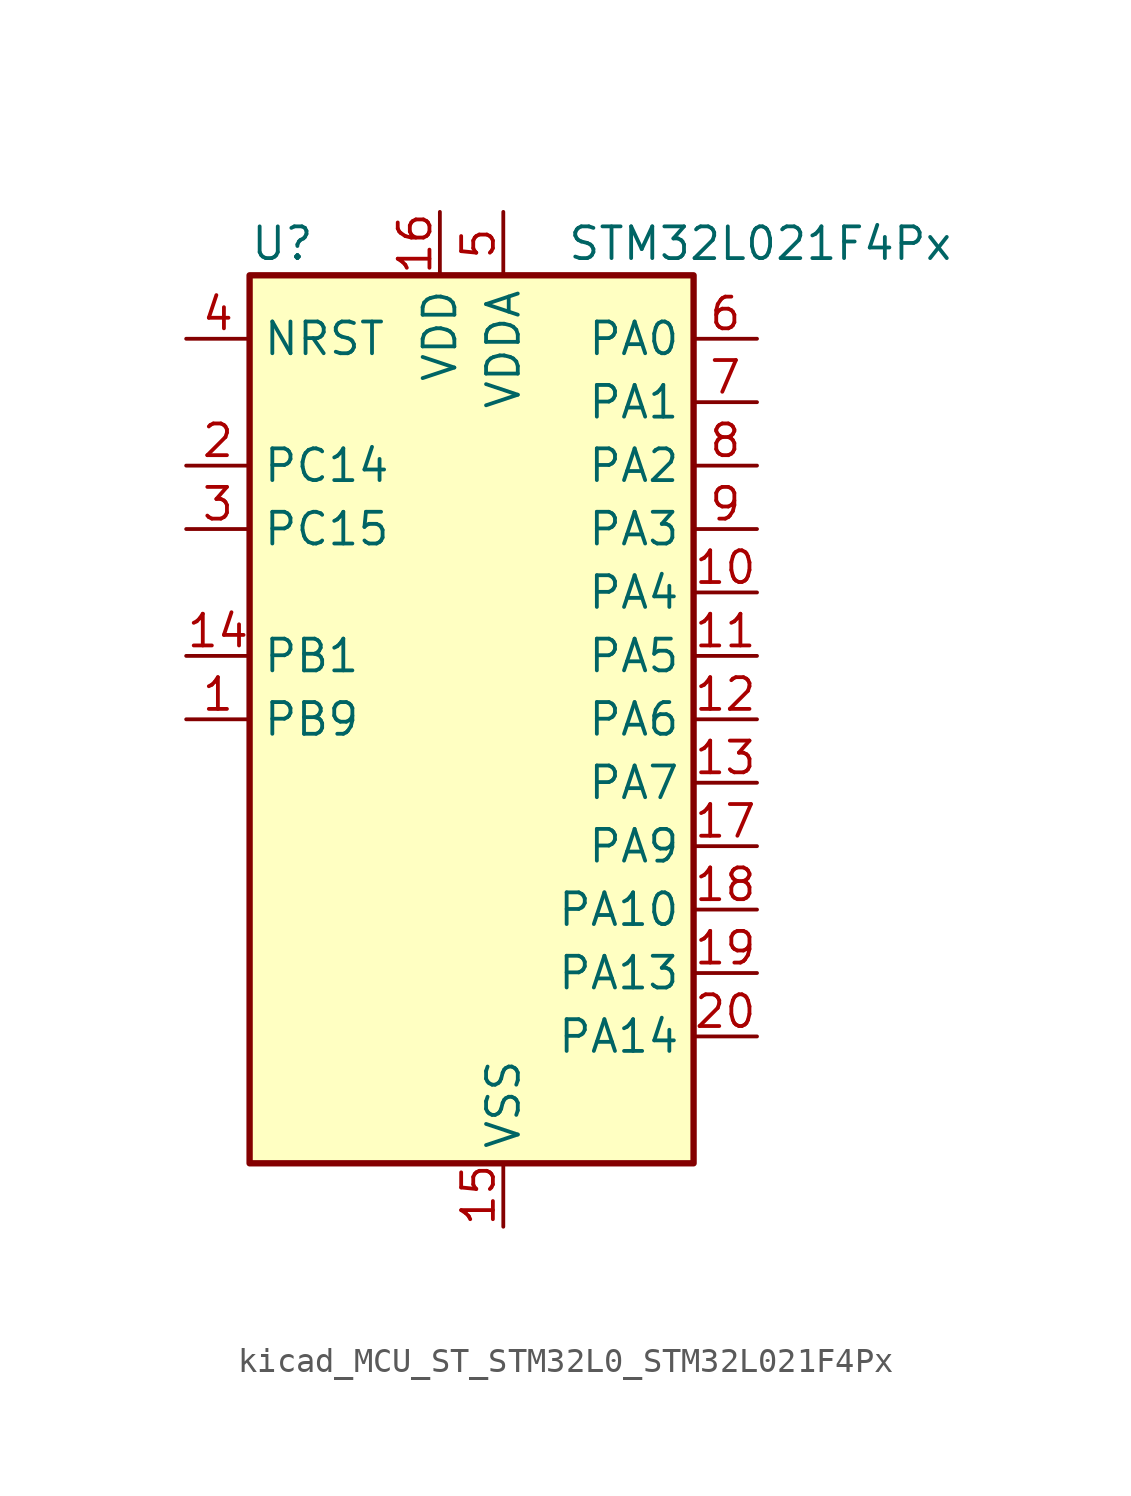
<source format=kicad_sym>
(kicad_symbol_lib
  (version 20220914)
  (generator kicad_symbol_editor)
  (symbol "kicad_MCU_ST_STM32L0_STM32L021F4Px"
    (property "Reference" "U"
      (at -7.62 19.05 0)
      (effects (font (size 1.27 1.27)) (justify left)))
    (property "Value" "STM32L021F4Px"
      (at 5.08 19.05 0)
      (effects (font (size 1.27 1.27)) (justify left)))
    (property "ki_locked" ""
      (at 0 0 0)
      (effects (font (size 1.27 1.27))))
    (symbol "kicad_MCU_ST_STM32L0_STM32L021F4Px_0_1"
      (rectangle (start -7.62 -17.78) (end 10.16 17.78) (stroke (width 0.254) (type default)) (fill (type background))))
    (symbol "kicad_MCU_ST_STM32L0_STM32L021F4Px_1_1"
      (pin bidirectional line (at -10.16 0 0) (length 2.54) (name "PB9" (effects (font (size 1.27 1.27)))) (number "1" (effects (font (size 1.27 1.27)))))
      (pin bidirectional line (at 12.7 5.08 180) (length 2.54) (name "PA4" (effects (font (size 1.27 1.27)))) (number "10" (effects (font (size 1.27 1.27)))) (alternate "ADC_IN4" bidirectional line) (alternate "COMP1_INM" bidirectional line) (alternate "COMP2_INM" bidirectional line) (alternate "COMP2_OUT" bidirectional line) (alternate "I2C1_SCL" bidirectional line) (alternate "LPTIM1_ETR" bidirectional line) (alternate "LPTIM1_IN1" bidirectional line) (alternate "LPUART1_TX" bidirectional line) (alternate "SPI1_NSS" bidirectional line) (alternate "TIM2_ETR" bidirectional line) (alternate "USART2_CK" bidirectional line))
      (pin bidirectional line (at 12.7 2.54 180) (length 2.54) (name "PA5" (effects (font (size 1.27 1.27)))) (number "11" (effects (font (size 1.27 1.27)))) (alternate "ADC_IN5" bidirectional line) (alternate "COMP1_INM" bidirectional line) (alternate "COMP2_INM" bidirectional line) (alternate "LPTIM1_IN2" bidirectional line) (alternate "SPI1_SCK" bidirectional line) (alternate "TIM2_CH1" bidirectional line) (alternate "TIM2_ETR" bidirectional line))
      (pin bidirectional line (at 12.7 0 180) (length 2.54) (name "PA6" (effects (font (size 1.27 1.27)))) (number "12" (effects (font (size 1.27 1.27)))) (alternate "ADC_IN6" bidirectional line) (alternate "COMP1_OUT" bidirectional line) (alternate "LPTIM1_ETR" bidirectional line) (alternate "LPUART1_CTS" bidirectional line) (alternate "SPI1_MISO" bidirectional line))
      (pin bidirectional line (at 12.7 -2.54 180) (length 2.54) (name "PA7" (effects (font (size 1.27 1.27)))) (number "13" (effects (font (size 1.27 1.27)))) (alternate "ADC_IN7" bidirectional line) (alternate "COMP2_INP" bidirectional line) (alternate "COMP2_OUT" bidirectional line) (alternate "LPTIM1_OUT" bidirectional line) (alternate "SPI1_MOSI" bidirectional line) (alternate "TIM21_ETR" bidirectional line) (alternate "USART2_CTS" bidirectional line))
      (pin bidirectional line (at -10.16 2.54 0) (length 2.54) (name "PB1" (effects (font (size 1.27 1.27)))) (number "14" (effects (font (size 1.27 1.27)))) (alternate "ADC_IN9" bidirectional line) (alternate "LPTIM1_IN1" bidirectional line) (alternate "LPUART1_DE" bidirectional line) (alternate "LPUART1_RTS" bidirectional line) (alternate "SPI1_MOSI" bidirectional line) (alternate "SYS_VREF_OUT_PB1" bidirectional line) (alternate "TIM2_CH4" bidirectional line) (alternate "USART2_CK" bidirectional line))
      (pin power_in line (at 2.54 -20.32 90) (length 2.54) (name "VSS" (effects (font (size 1.27 1.27)))) (number "15" (effects (font (size 1.27 1.27)))))
      (pin power_in line (at 0 20.32 270) (length 2.54) (name "VDD" (effects (font (size 1.27 1.27)))) (number "16" (effects (font (size 1.27 1.27)))))
      (pin bidirectional line (at 12.7 -5.08 180) (length 2.54) (name "PA9" (effects (font (size 1.27 1.27)))) (number "17" (effects (font (size 1.27 1.27)))) (alternate "COMP1_OUT" bidirectional line) (alternate "I2C1_SCL" bidirectional line) (alternate "LPTIM1_OUT" bidirectional line) (alternate "RCC_MCO" bidirectional line) (alternate "TIM21_CH2" bidirectional line) (alternate "USART2_TX" bidirectional line))
      (pin bidirectional line (at 12.7 -7.62 180) (length 2.54) (name "PA10" (effects (font (size 1.27 1.27)))) (number "18" (effects (font (size 1.27 1.27)))) (alternate "COMP1_OUT" bidirectional line) (alternate "I2C1_SDA" bidirectional line) (alternate "RTC_REFIN" bidirectional line) (alternate "TIM21_CH1" bidirectional line) (alternate "TIM2_CH3" bidirectional line) (alternate "USART2_RX" bidirectional line))
      (pin bidirectional line (at 12.7 -10.16 180) (length 2.54) (name "PA13" (effects (font (size 1.27 1.27)))) (number "19" (effects (font (size 1.27 1.27)))) (alternate "COMP1_OUT" bidirectional line) (alternate "I2C1_SDA" bidirectional line) (alternate "LPTIM1_ETR" bidirectional line) (alternate "LPUART1_RX" bidirectional line) (alternate "SPI1_SCK" bidirectional line) (alternate "SYS_SWDIO" bidirectional line))
      (pin bidirectional line (at -10.16 10.16 0) (length 2.54) (name "PC14" (effects (font (size 1.27 1.27)))) (number "2" (effects (font (size 1.27 1.27)))) (alternate "RCC_OSC32_IN" bidirectional line))
      (pin bidirectional line (at 12.7 -12.7 180) (length 2.54) (name "PA14" (effects (font (size 1.27 1.27)))) (number "20" (effects (font (size 1.27 1.27)))) (alternate "COMP2_OUT" bidirectional line) (alternate "I2C1_SMBA" bidirectional line) (alternate "LPTIM1_OUT" bidirectional line) (alternate "LPUART1_TX" bidirectional line) (alternate "SPI1_MISO" bidirectional line) (alternate "SYS_SWCLK" bidirectional line) (alternate "USART2_TX" bidirectional line))
      (pin bidirectional line (at -10.16 7.62 0) (length 2.54) (name "PC15" (effects (font (size 1.27 1.27)))) (number "3" (effects (font (size 1.27 1.27)))) (alternate "RCC_OSC32_OUT" bidirectional line))
      (pin input line (at -10.16 15.24 0) (length 2.54) (name "NRST" (effects (font (size 1.27 1.27)))) (number "4" (effects (font (size 1.27 1.27)))))
      (pin power_in line (at 2.54 20.32 270) (length 2.54) (name "VDDA" (effects (font (size 1.27 1.27)))) (number "5" (effects (font (size 1.27 1.27)))))
      (pin bidirectional line (at 12.7 15.24 180) (length 2.54) (name "PA0" (effects (font (size 1.27 1.27)))) (number "6" (effects (font (size 1.27 1.27)))) (alternate "ADC_IN0" bidirectional line) (alternate "COMP1_INM" bidirectional line) (alternate "COMP1_OUT" bidirectional line) (alternate "LPTIM1_IN1" bidirectional line) (alternate "LPUART1_RX" bidirectional line) (alternate "RCC_CK_IN" bidirectional line) (alternate "RTC_TAMP2" bidirectional line) (alternate "SYS_WKUP1" bidirectional line) (alternate "TIM2_CH1" bidirectional line) (alternate "TIM2_ETR" bidirectional line) (alternate "USART2_CTS" bidirectional line) (alternate "USART2_RX" bidirectional line))
      (pin bidirectional line (at 12.7 12.7 180) (length 2.54) (name "PA1" (effects (font (size 1.27 1.27)))) (number "7" (effects (font (size 1.27 1.27)))) (alternate "ADC_IN1" bidirectional line) (alternate "COMP1_INP" bidirectional line) (alternate "I2C1_SMBA" bidirectional line) (alternate "LPTIM1_IN2" bidirectional line) (alternate "LPUART1_TX" bidirectional line) (alternate "TIM21_ETR" bidirectional line) (alternate "TIM2_CH2" bidirectional line) (alternate "USART2_DE" bidirectional line) (alternate "USART2_RTS" bidirectional line))
      (pin bidirectional line (at 12.7 10.16 180) (length 2.54) (name "PA2" (effects (font (size 1.27 1.27)))) (number "8" (effects (font (size 1.27 1.27)))) (alternate "ADC_IN2" bidirectional line) (alternate "COMP2_INM" bidirectional line) (alternate "COMP2_OUT" bidirectional line) (alternate "LPUART1_TX" bidirectional line) (alternate "RTC_OUT_ALARM" bidirectional line) (alternate "RTC_OUT_CALIB" bidirectional line) (alternate "RTC_TAMP3" bidirectional line) (alternate "RTC_TS" bidirectional line) (alternate "SYS_WKUP3" bidirectional line) (alternate "TIM21_CH1" bidirectional line) (alternate "TIM2_CH3" bidirectional line) (alternate "USART2_TX" bidirectional line))
      (pin bidirectional line (at 12.7 7.62 180) (length 2.54) (name "PA3" (effects (font (size 1.27 1.27)))) (number "9" (effects (font (size 1.27 1.27)))) (alternate "ADC_IN3" bidirectional line) (alternate "COMP2_INP" bidirectional line) (alternate "LPUART1_RX" bidirectional line) (alternate "TIM21_CH2" bidirectional line) (alternate "TIM2_CH4" bidirectional line) (alternate "USART2_RX" bidirectional line)))))
</source>
